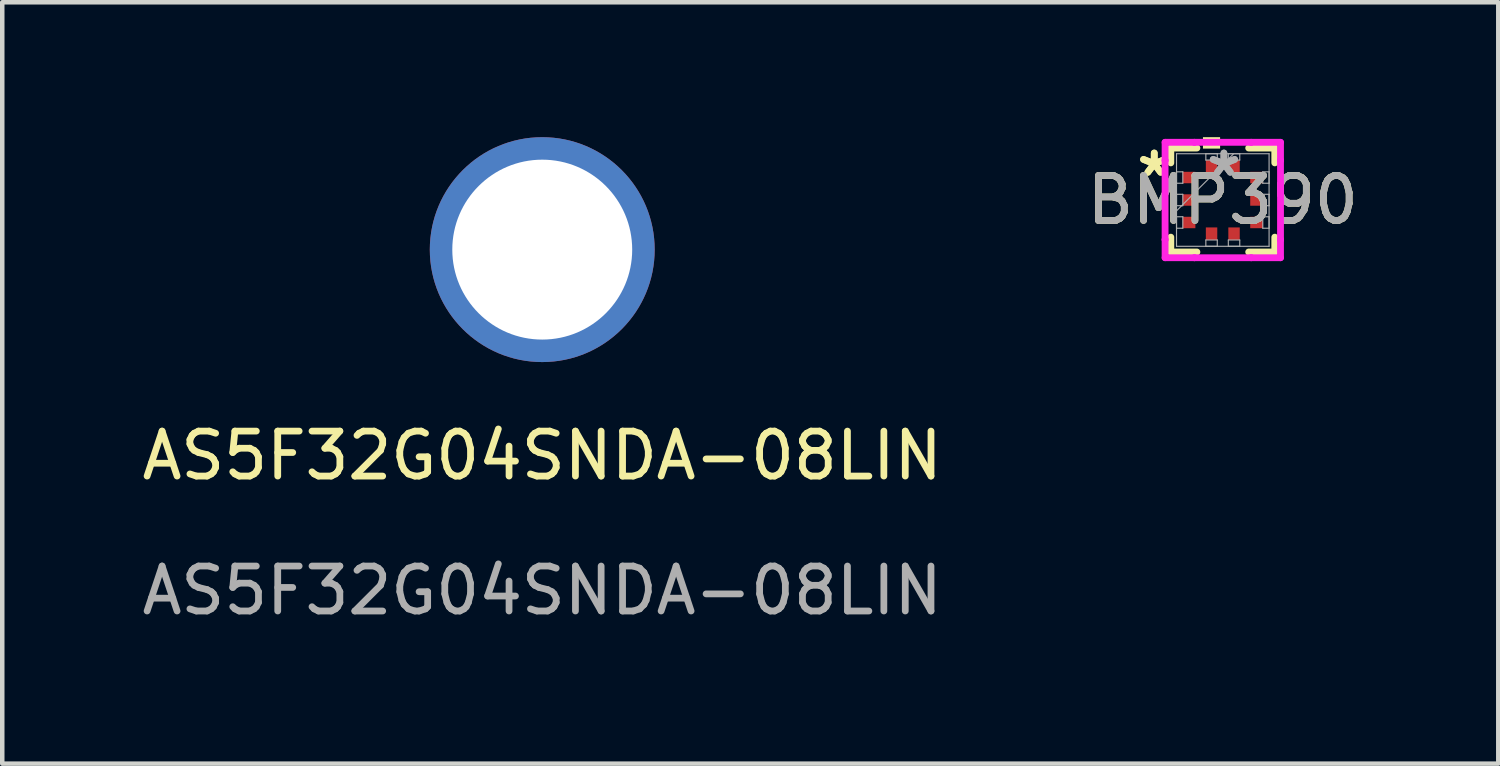
<source format=kicad_pcb>
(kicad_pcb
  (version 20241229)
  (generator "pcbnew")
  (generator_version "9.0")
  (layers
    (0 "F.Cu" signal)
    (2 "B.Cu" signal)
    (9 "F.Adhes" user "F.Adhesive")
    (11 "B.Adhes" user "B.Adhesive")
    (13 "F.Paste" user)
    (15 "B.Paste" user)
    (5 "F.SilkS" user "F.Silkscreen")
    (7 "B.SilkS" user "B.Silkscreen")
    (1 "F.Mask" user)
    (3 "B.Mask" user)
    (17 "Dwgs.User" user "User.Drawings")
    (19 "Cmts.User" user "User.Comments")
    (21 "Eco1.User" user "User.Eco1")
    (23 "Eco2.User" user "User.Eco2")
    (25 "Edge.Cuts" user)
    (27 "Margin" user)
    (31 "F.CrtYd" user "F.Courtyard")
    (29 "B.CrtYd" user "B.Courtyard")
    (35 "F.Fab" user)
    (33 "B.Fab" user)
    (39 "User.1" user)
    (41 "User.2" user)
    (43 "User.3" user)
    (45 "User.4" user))
  (footprint "AS5F32G04SNDA-08LIN"
    (layer "F.Cu")
    (at 9.006 7.58)
    (property "Reference" "AS5F32G04SNDA-08LIN" (at 0 -0.5 0) (unlocked yes) (layer "F.SilkS") (effects (font (size 1 1) (thickness 0.15))))
    (attr through_hole)
    (fp_text user "${REFERENCE}" (at 0 2.5 0) (unlocked yes) (layer "F.Fab") (effects (font (size 1 1) (thickness 0.15))))
    (pad "1" thru_hole circle (at 0 -5.08) (size 5 5) (drill 4) (layers "*.Cu" "*.Mask")))
  (footprint "BMP390"
    (layer "F.Cu")
    (at 24.137 1.397)
    (property "Reference" "BMP390" (at 0 0 0) (unlocked yes) (layer "F.SilkS") (effects (font (size 1 1) (thickness 0.15))))
    (attr smd)
    (fp_line (start -1.156 -1.156) (end -1.156 -0.826) (stroke (width 0.152) (type solid)) (layer "F.SilkS"))
    (fp_line (start -1.156 0.826) (end -1.156 1.156) (stroke (width 0.152) (type solid)) (layer "F.SilkS"))
    (fp_line (start -1.156 1.156) (end -0.576 1.156) (stroke (width 0.152) (type solid)) (layer "F.SilkS"))
    (fp_line (start -0.576 -1.156) (end -1.156 -1.156) (stroke (width 0.152) (type solid)) (layer "F.SilkS"))
    (fp_line (start 0.576 1.156) (end 1.156 1.156) (stroke (width 0.152) (type solid)) (layer "F.SilkS"))
    (fp_line (start 1.156 -1.156) (end 0.576 -1.156) (stroke (width 0.152) (type solid)) (layer "F.SilkS"))
    (fp_line (start 1.156 -0.826) (end 1.156 -1.156) (stroke (width 0.152) (type solid)) (layer "F.SilkS"))
    (fp_line (start 1.156 1.156) (end 1.156 0.826) (stroke (width 0.152) (type solid)) (layer "F.SilkS"))
    (fp_poly (pts (xy -0.441 -1.143) (xy -0.441 -1.397) (xy -0.06 -1.397) (xy -0.06 -1.143)) (stroke (width 0) (type solid)) (fill yes) (layer "F.SilkS"))
    (fp_line (start -1.283 -1.283) (end -0.631 -1.283) (stroke (width 0.152) (type solid)) (layer "F.CrtYd"))
    (fp_line (start -1.283 -0.881) (end -1.283 -1.283) (stroke (width 0.152) (type solid)) (layer "F.CrtYd"))
    (fp_line (start -1.283 -0.881) (end -1.283 -0.881) (stroke (width 0.152) (type solid)) (layer "F.CrtYd"))
    (fp_line (start -1.283 0.881) (end -1.283 -0.881) (stroke (width 0.152) (type solid)) (layer "F.CrtYd"))
    (fp_line (start -1.283 0.881) (end -1.283 0.881) (stroke (width 0.152) (type solid)) (layer "F.CrtYd"))
    (fp_line (start -1.283 1.283) (end -1.283 0.881) (stroke (width 0.152) (type solid)) (layer "F.CrtYd"))
    (fp_line (start -0.631 -1.283) (end -0.631 -1.283) (stroke (width 0.152) (type solid)) (layer "F.CrtYd"))
    (fp_line (start -0.631 -1.283) (end 0.631 -1.283) (stroke (width 0.152) (type solid)) (layer "F.CrtYd"))
    (fp_line (start -0.631 1.283) (end -1.283 1.283) (stroke (width 0.152) (type solid)) (layer "F.CrtYd"))
    (fp_line (start -0.631 1.283) (end -0.631 1.283) (stroke (width 0.152) (type solid)) (layer "F.CrtYd"))
    (fp_line (start 0.631 -1.283) (end 0.631 -1.283) (stroke (width 0.152) (type solid)) (layer "F.CrtYd"))
    (fp_line (start 0.631 -1.283) (end 1.283 -1.283) (stroke (width 0.152) (type solid)) (layer "F.CrtYd"))
    (fp_line (start 0.631 1.283) (end -0.631 1.283) (stroke (width 0.152) (type solid)) (layer "F.CrtYd"))
    (fp_line (start 0.631 1.283) (end 0.631 1.283) (stroke (width 0.152) (type solid)) (layer "F.CrtYd"))
    (fp_line (start 1.283 -1.283) (end 1.283 -0.881) (stroke (width 0.152) (type solid)) (layer "F.CrtYd"))
    (fp_line (start 1.283 -0.881) (end 1.283 -0.881) (stroke (width 0.152) (type solid)) (layer "F.CrtYd"))
    (fp_line (start 1.283 -0.881) (end 1.283 0.881) (stroke (width 0.152) (type solid)) (layer "F.CrtYd"))
    (fp_line (start 1.283 0.881) (end 1.283 0.881) (stroke (width 0.152) (type solid)) (layer "F.CrtYd"))
    (fp_line (start 1.283 0.881) (end 1.283 1.283) (stroke (width 0.152) (type solid)) (layer "F.CrtYd"))
    (fp_line (start 1.283 1.283) (end 0.631 1.283) (stroke (width 0.152) (type solid)) (layer "F.CrtYd"))
    (fp_line (start -1.029 -1.029) (end -1.029 1.029) (stroke (width 0.025) (type solid)) (layer "F.Fab"))
    (fp_line (start -1.029 -0.627) (end -0.889 -0.627) (stroke (width 0.025) (type solid)) (layer "F.Fab"))
    (fp_line (start -1.029 -0.373) (end -1.029 -0.627) (stroke (width 0.025) (type solid)) (layer "F.Fab"))
    (fp_line (start -1.029 -0.127) (end -0.889 -0.127) (stroke (width 0.025) (type solid)) (layer "F.Fab"))
    (fp_line (start -1.029 0.127) (end -1.029 -0.127) (stroke (width 0.025) (type solid)) (layer "F.Fab"))
    (fp_line (start -1.029 0.241) (end 0.241 -1.029) (stroke (width 0.025) (type solid)) (layer "F.Fab"))
    (fp_line (start -1.029 0.373) (end -0.889 0.373) (stroke (width 0.025) (type solid)) (layer "F.Fab"))
    (fp_line (start -1.029 0.627) (end -1.029 0.373) (stroke (width 0.025) (type solid)) (layer "F.Fab"))
    (fp_line (start -1.029 1.029) (end 1.029 1.029) (stroke (width 0.025) (type solid)) (layer "F.Fab"))
    (fp_line (start -0.889 -0.627) (end -0.889 -0.373) (stroke (width 0.025) (type solid)) (layer "F.Fab"))
    (fp_line (start -0.889 -0.373) (end -1.029 -0.373) (stroke (width 0.025) (type solid)) (layer "F.Fab"))
    (fp_line (start -0.889 -0.127) (end -0.889 0.127) (stroke (width 0.025) (type solid)) (layer "F.Fab"))
    (fp_line (start -0.889 0.127) (end -1.029 0.127) (stroke (width 0.025) (type solid)) (layer "F.Fab"))
    (fp_line (start -0.889 0.373) (end -0.889 0.627) (stroke (width 0.025) (type solid)) (layer "F.Fab"))
    (fp_line (start -0.889 0.627) (end -1.029 0.627) (stroke (width 0.025) (type solid)) (layer "F.Fab"))
    (fp_line (start -0.377 -1.029) (end -0.123 -1.029) (stroke (width 0.025) (type solid)) (layer "F.Fab"))
    (fp_line (start -0.377 -0.889) (end -0.377 -1.029) (stroke (width 0.025) (type solid)) (layer "F.Fab"))
    (fp_line (start -0.377 0.889) (end -0.123 0.889) (stroke (width 0.025) (type solid)) (layer "F.Fab"))
    (fp_line (start -0.377 1.029) (end -0.377 0.889) (stroke (width 0.025) (type solid)) (layer "F.Fab"))
    (fp_line (start -0.123 -1.029) (end -0.123 -0.889) (stroke (width 0.025) (type solid)) (layer "F.Fab"))
    (fp_line (start -0.123 -0.889) (end -0.377 -0.889) (stroke (width 0.025) (type solid)) (layer "F.Fab"))
    (fp_line (start -0.123 0.889) (end -0.123 1.029) (stroke (width 0.025) (type solid)) (layer "F.Fab"))
    (fp_line (start -0.123 1.029) (end -0.377 1.029) (stroke (width 0.025) (type solid)) (layer "F.Fab"))
    (fp_line (start 0.123 -1.029) (end 0.377 -1.029) (stroke (width 0.025) (type solid)) (layer "F.Fab"))
    (fp_line (start 0.123 -0.889) (end 0.123 -1.029) (stroke (width 0.025) (type solid)) (layer "F.Fab"))
    (fp_line (start 0.123 0.889) (end 0.377 0.889) (stroke (width 0.025) (type solid)) (layer "F.Fab"))
    (fp_line (start 0.123 1.029) (end 0.123 0.889) (stroke (width 0.025) (type solid)) (layer "F.Fab"))
    (fp_line (start 0.377 -1.029) (end 0.377 -0.889) (stroke (width 0.025) (type solid)) (layer "F.Fab"))
    (fp_line (start 0.377 -0.889) (end 0.123 -0.889) (stroke (width 0.025) (type solid)) (layer "F.Fab"))
    (fp_line (start 0.377 0.889) (end 0.377 1.029) (stroke (width 0.025) (type solid)) (layer "F.Fab"))
    (fp_line (start 0.377 1.029) (end 0.123 1.029) (stroke (width 0.025) (type solid)) (layer "F.Fab"))
    (fp_line (start 0.889 -0.627) (end 1.029 -0.627) (stroke (width 0.025) (type solid)) (layer "F.Fab"))
    (fp_line (start 0.889 -0.373) (end 0.889 -0.627) (stroke (width 0.025) (type solid)) (layer "F.Fab"))
    (fp_line (start 0.889 -0.127) (end 1.029 -0.127) (stroke (width 0.025) (type solid)) (layer "F.Fab"))
    (fp_line (start 0.889 0.127) (end 0.889 -0.127) (stroke (width 0.025) (type solid)) (layer "F.Fab"))
    (fp_line (start 0.889 0.373) (end 1.029 0.373) (stroke (width 0.025) (type solid)) (layer "F.Fab"))
    (fp_line (start 0.889 0.627) (end 0.889 0.373) (stroke (width 0.025) (type solid)) (layer "F.Fab"))
    (fp_line (start 1.029 -1.029) (end -1.029 -1.029) (stroke (width 0.025) (type solid)) (layer "F.Fab"))
    (fp_line (start 1.029 -0.627) (end 1.029 -0.373) (stroke (width 0.025) (type solid)) (layer "F.Fab"))
    (fp_line (start 1.029 -0.373) (end 0.889 -0.373) (stroke (width 0.025) (type solid)) (layer "F.Fab"))
    (fp_line (start 1.029 -0.127) (end 1.029 0.127) (stroke (width 0.025) (type solid)) (layer "F.Fab"))
    (fp_line (start 1.029 0.127) (end 0.889 0.127) (stroke (width 0.025) (type solid)) (layer "F.Fab"))
    (fp_line (start 1.029 0.373) (end 1.029 0.627) (stroke (width 0.025) (type solid)) (layer "F.Fab"))
    (fp_line (start 1.029 0.627) (end 0.889 0.627) (stroke (width 0.025) (type solid)) (layer "F.Fab"))
    (fp_line (start 1.029 1.029) (end 1.029 -1.029) (stroke (width 0.025) (type solid)) (layer "F.Fab"))
    (fp_text user "*" (at -1.524 -0.5 0) (unlocked yes) (layer "F.SilkS") (effects (font (size 1 1) (thickness 0.15))))
    (fp_text user "*" (at -1.524 -0.5 0) (layer "F.SilkS") (effects (font (size 1 1) (thickness 0.15))))
    (fp_text user "${REFERENCE}" (at 0 0 0) (unlocked yes) (layer "F.Fab") (effects (font (size 1 1) (thickness 0.15))))
    (fp_text user "*" (at 0.025 -0.5 0) (unlocked yes) (layer "F.Fab") (effects (font (size 1 1) (thickness 0.15))))
    (fp_text user "*" (at 0.025 -0.5 0) (layer "F.Fab") (effects (font (size 1 1) (thickness 0.15))))
    (pad "1" smd rect (at 0.25 -0.749) (size 0.254 0.279) (layers "F.Cu" "F.Mask" "F.Paste"))
    (pad "2" smd rect (at -0.25 -0.749) (size 0.254 0.279) (layers "F.Cu" "F.Mask" "F.Paste"))
    (pad "3" smd rect (at -0.749 -0.5 90) (size 0.254 0.279) (layers "F.Cu" "F.Mask" "F.Paste"))
    (pad "4" smd rect (at -0.749 0 90) (size 0.254 0.279) (layers "F.Cu" "F.Mask" "F.Paste"))
    (pad "5" smd rect (at -0.749 0.5 90) (size 0.254 0.279) (layers "F.Cu" "F.Mask" "F.Paste"))
    (pad "6" smd rect (at -0.25 0.749) (size 0.254 0.279) (layers "F.Cu" "F.Mask" "F.Paste"))
    (pad "7" smd rect (at 0.25 0.749) (size 0.254 0.279) (layers "F.Cu" "F.Mask" "F.Paste"))
    (pad "8" smd rect (at 0.749 0.5 90) (size 0.254 0.279) (layers "F.Cu" "F.Mask" "F.Paste"))
    (pad "9" smd rect (at 0.749 0 90) (size 0.254 0.279) (layers "F.Cu" "F.Mask" "F.Paste"))
    (pad "10" smd rect (at 0.749 -0.5 90) (size 0.254 0.279) (layers "F.Cu" "F.Mask" "F.Paste")))
  (gr_rect
    (start -3 -3)
    (end 30.262 13.928)
    (stroke (width 0.1) (type default))
    (fill no)
    (layer "Edge.Cuts")))
</source>
